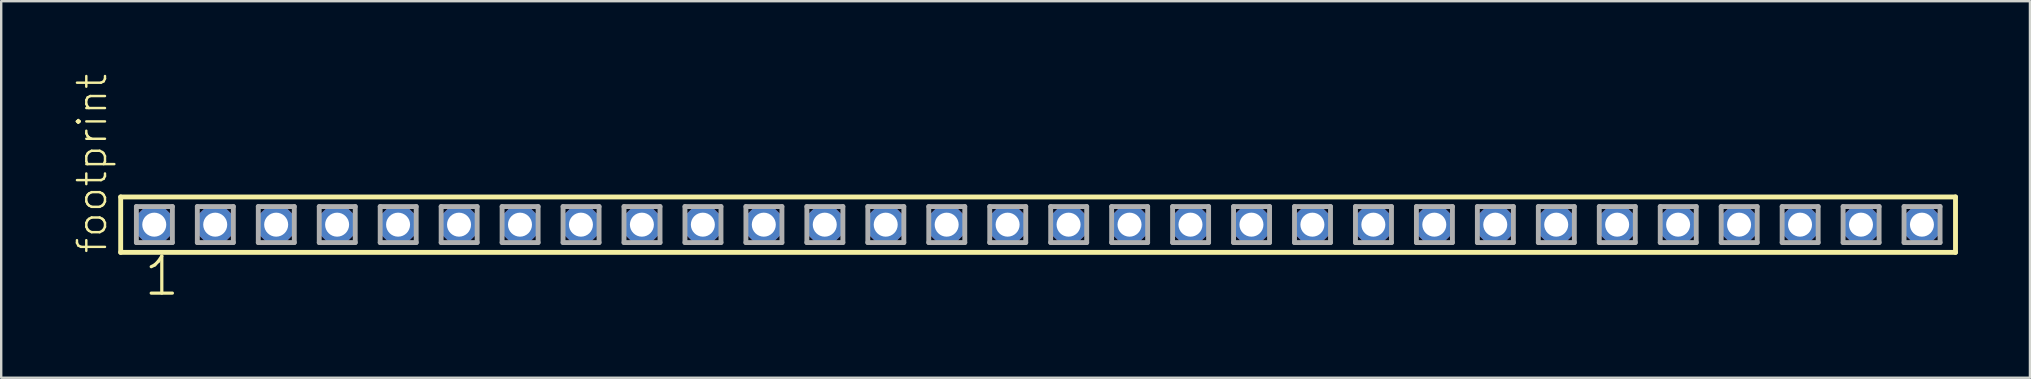
<source format=kicad_pcb>
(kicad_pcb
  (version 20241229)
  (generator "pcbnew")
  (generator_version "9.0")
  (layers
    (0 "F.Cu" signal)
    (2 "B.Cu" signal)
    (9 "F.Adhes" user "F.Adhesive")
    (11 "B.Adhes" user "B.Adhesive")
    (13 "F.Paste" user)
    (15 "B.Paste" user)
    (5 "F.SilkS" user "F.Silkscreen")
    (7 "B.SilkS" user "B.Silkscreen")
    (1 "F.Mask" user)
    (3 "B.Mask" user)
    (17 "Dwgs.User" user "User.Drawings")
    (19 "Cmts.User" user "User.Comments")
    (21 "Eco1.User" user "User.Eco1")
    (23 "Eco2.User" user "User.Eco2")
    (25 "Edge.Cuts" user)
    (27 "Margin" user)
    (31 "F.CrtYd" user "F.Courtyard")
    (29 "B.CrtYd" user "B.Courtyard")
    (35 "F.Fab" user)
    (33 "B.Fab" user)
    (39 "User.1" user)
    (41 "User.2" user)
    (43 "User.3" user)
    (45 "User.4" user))
  (footprint "footprint"
    (layer "F.Cu")
    (at 40.208 6.312)
    (property "Reference" "footprint" (at -38.735 1.27 90) (layer "F.SilkS") (effects (font (size 1.168 1.168) (thickness 0.102)) (justify left bottom)))
    (fp_line (start -38.229 -1.155) (end 38.229 -1.155) (stroke (width 0.203) (type solid)) (layer "F.SilkS"))
    (fp_line (start -38.229 1.155) (end -38.229 -1.155) (stroke (width 0.203) (type solid)) (layer "F.SilkS"))
    (fp_line (start 38.229 -1.155) (end 38.229 1.155) (stroke (width 0.203) (type solid)) (layer "F.SilkS"))
    (fp_line (start 38.229 1.155) (end -38.229 1.155) (stroke (width 0.203) (type solid)) (layer "F.SilkS"))
    (fp_line (start -37.575 -0.755) (end -36.075 -0.755) (stroke (width 0.203) (type solid)) (layer "F.Fab"))
    (fp_line (start -37.575 0.745) (end -37.575 -0.755) (stroke (width 0.203) (type solid)) (layer "F.Fab"))
    (fp_line (start -36.075 -0.755) (end -36.075 0.745) (stroke (width 0.203) (type solid)) (layer "F.Fab"))
    (fp_line (start -36.075 0.745) (end -37.575 0.745) (stroke (width 0.203) (type solid)) (layer "F.Fab"))
    (fp_line (start -35.035 -0.755) (end -33.535 -0.755) (stroke (width 0.203) (type solid)) (layer "F.Fab"))
    (fp_line (start -35.035 0.745) (end -35.035 -0.755) (stroke (width 0.203) (type solid)) (layer "F.Fab"))
    (fp_line (start -33.535 -0.755) (end -33.535 0.745) (stroke (width 0.203) (type solid)) (layer "F.Fab"))
    (fp_line (start -33.535 0.745) (end -35.035 0.745) (stroke (width 0.203) (type solid)) (layer "F.Fab"))
    (fp_line (start -32.495 -0.755) (end -30.995 -0.755) (stroke (width 0.203) (type solid)) (layer "F.Fab"))
    (fp_line (start -32.495 0.745) (end -32.495 -0.755) (stroke (width 0.203) (type solid)) (layer "F.Fab"))
    (fp_line (start -30.995 -0.755) (end -30.995 0.745) (stroke (width 0.203) (type solid)) (layer "F.Fab"))
    (fp_line (start -30.995 0.745) (end -32.495 0.745) (stroke (width 0.203) (type solid)) (layer "F.Fab"))
    (fp_line (start -29.955 -0.755) (end -28.455 -0.755) (stroke (width 0.203) (type solid)) (layer "F.Fab"))
    (fp_line (start -29.955 0.745) (end -29.955 -0.755) (stroke (width 0.203) (type solid)) (layer "F.Fab"))
    (fp_line (start -28.455 -0.755) (end -28.455 0.745) (stroke (width 0.203) (type solid)) (layer "F.Fab"))
    (fp_line (start -28.455 0.745) (end -29.955 0.745) (stroke (width 0.203) (type solid)) (layer "F.Fab"))
    (fp_line (start -27.415 -0.755) (end -25.915 -0.755) (stroke (width 0.203) (type solid)) (layer "F.Fab"))
    (fp_line (start -27.415 0.745) (end -27.415 -0.755) (stroke (width 0.203) (type solid)) (layer "F.Fab"))
    (fp_line (start -25.915 -0.755) (end -25.915 0.745) (stroke (width 0.203) (type solid)) (layer "F.Fab"))
    (fp_line (start -25.915 0.745) (end -27.415 0.745) (stroke (width 0.203) (type solid)) (layer "F.Fab"))
    (fp_line (start -24.875 -0.755) (end -23.375 -0.755) (stroke (width 0.203) (type solid)) (layer "F.Fab"))
    (fp_line (start -24.875 0.745) (end -24.875 -0.755) (stroke (width 0.203) (type solid)) (layer "F.Fab"))
    (fp_line (start -23.375 -0.755) (end -23.375 0.745) (stroke (width 0.203) (type solid)) (layer "F.Fab"))
    (fp_line (start -23.375 0.745) (end -24.875 0.745) (stroke (width 0.203) (type solid)) (layer "F.Fab"))
    (fp_line (start -22.335 -0.755) (end -20.835 -0.755) (stroke (width 0.203) (type solid)) (layer "F.Fab"))
    (fp_line (start -22.335 0.745) (end -22.335 -0.755) (stroke (width 0.203) (type solid)) (layer "F.Fab"))
    (fp_line (start -20.835 -0.755) (end -20.835 0.745) (stroke (width 0.203) (type solid)) (layer "F.Fab"))
    (fp_line (start -20.835 0.745) (end -22.335 0.745) (stroke (width 0.203) (type solid)) (layer "F.Fab"))
    (fp_line (start -19.795 -0.755) (end -18.295 -0.755) (stroke (width 0.203) (type solid)) (layer "F.Fab"))
    (fp_line (start -19.795 0.745) (end -19.795 -0.755) (stroke (width 0.203) (type solid)) (layer "F.Fab"))
    (fp_line (start -18.295 -0.755) (end -18.295 0.745) (stroke (width 0.203) (type solid)) (layer "F.Fab"))
    (fp_line (start -18.295 0.745) (end -19.795 0.745) (stroke (width 0.203) (type solid)) (layer "F.Fab"))
    (fp_line (start -17.255 -0.755) (end -15.755 -0.755) (stroke (width 0.203) (type solid)) (layer "F.Fab"))
    (fp_line (start -17.255 0.745) (end -17.255 -0.755) (stroke (width 0.203) (type solid)) (layer "F.Fab"))
    (fp_line (start -15.755 -0.755) (end -15.755 0.745) (stroke (width 0.203) (type solid)) (layer "F.Fab"))
    (fp_line (start -15.755 0.745) (end -17.255 0.745) (stroke (width 0.203) (type solid)) (layer "F.Fab"))
    (fp_line (start -14.715 -0.755) (end -13.215 -0.755) (stroke (width 0.203) (type solid)) (layer "F.Fab"))
    (fp_line (start -14.715 0.745) (end -14.715 -0.755) (stroke (width 0.203) (type solid)) (layer "F.Fab"))
    (fp_line (start -13.215 -0.755) (end -13.215 0.745) (stroke (width 0.203) (type solid)) (layer "F.Fab"))
    (fp_line (start -13.215 0.745) (end -14.715 0.745) (stroke (width 0.203) (type solid)) (layer "F.Fab"))
    (fp_line (start -12.175 -0.755) (end -10.675 -0.755) (stroke (width 0.203) (type solid)) (layer "F.Fab"))
    (fp_line (start -12.175 0.745) (end -12.175 -0.755) (stroke (width 0.203) (type solid)) (layer "F.Fab"))
    (fp_line (start -10.675 -0.755) (end -10.675 0.745) (stroke (width 0.203) (type solid)) (layer "F.Fab"))
    (fp_line (start -10.675 0.745) (end -12.175 0.745) (stroke (width 0.203) (type solid)) (layer "F.Fab"))
    (fp_line (start -9.635 -0.755) (end -8.135 -0.755) (stroke (width 0.203) (type solid)) (layer "F.Fab"))
    (fp_line (start -9.635 0.745) (end -9.635 -0.755) (stroke (width 0.203) (type solid)) (layer "F.Fab"))
    (fp_line (start -8.135 -0.755) (end -8.135 0.745) (stroke (width 0.203) (type solid)) (layer "F.Fab"))
    (fp_line (start -8.135 0.745) (end -9.635 0.745) (stroke (width 0.203) (type solid)) (layer "F.Fab"))
    (fp_line (start -7.095 -0.755) (end -5.595 -0.755) (stroke (width 0.203) (type solid)) (layer "F.Fab"))
    (fp_line (start -7.095 0.745) (end -7.095 -0.755) (stroke (width 0.203) (type solid)) (layer "F.Fab"))
    (fp_line (start -5.595 -0.755) (end -5.595 0.745) (stroke (width 0.203) (type solid)) (layer "F.Fab"))
    (fp_line (start -5.595 0.745) (end -7.095 0.745) (stroke (width 0.203) (type solid)) (layer "F.Fab"))
    (fp_line (start -4.555 -0.755) (end -3.055 -0.755) (stroke (width 0.203) (type solid)) (layer "F.Fab"))
    (fp_line (start -4.555 0.745) (end -4.555 -0.755) (stroke (width 0.203) (type solid)) (layer "F.Fab"))
    (fp_line (start -3.055 -0.755) (end -3.055 0.745) (stroke (width 0.203) (type solid)) (layer "F.Fab"))
    (fp_line (start -3.055 0.745) (end -4.555 0.745) (stroke (width 0.203) (type solid)) (layer "F.Fab"))
    (fp_line (start -2.015 -0.755) (end -0.515 -0.755) (stroke (width 0.203) (type solid)) (layer "F.Fab"))
    (fp_line (start -2.015 0.745) (end -2.015 -0.755) (stroke (width 0.203) (type solid)) (layer "F.Fab"))
    (fp_line (start -0.515 -0.755) (end -0.515 0.745) (stroke (width 0.203) (type solid)) (layer "F.Fab"))
    (fp_line (start -0.515 0.745) (end -2.015 0.745) (stroke (width 0.203) (type solid)) (layer "F.Fab"))
    (fp_line (start 0.525 -0.755) (end 2.025 -0.755) (stroke (width 0.203) (type solid)) (layer "F.Fab"))
    (fp_line (start 0.525 0.745) (end 0.525 -0.755) (stroke (width 0.203) (type solid)) (layer "F.Fab"))
    (fp_line (start 2.025 -0.755) (end 2.025 0.745) (stroke (width 0.203) (type solid)) (layer "F.Fab"))
    (fp_line (start 2.025 0.745) (end 0.525 0.745) (stroke (width 0.203) (type solid)) (layer "F.Fab"))
    (fp_line (start 3.065 -0.755) (end 4.565 -0.755) (stroke (width 0.203) (type solid)) (layer "F.Fab"))
    (fp_line (start 3.065 0.745) (end 3.065 -0.755) (stroke (width 0.203) (type solid)) (layer "F.Fab"))
    (fp_line (start 4.565 -0.755) (end 4.565 0.745) (stroke (width 0.203) (type solid)) (layer "F.Fab"))
    (fp_line (start 4.565 0.745) (end 3.065 0.745) (stroke (width 0.203) (type solid)) (layer "F.Fab"))
    (fp_line (start 5.605 -0.755) (end 7.105 -0.755) (stroke (width 0.203) (type solid)) (layer "F.Fab"))
    (fp_line (start 5.605 0.745) (end 5.605 -0.755) (stroke (width 0.203) (type solid)) (layer "F.Fab"))
    (fp_line (start 7.105 -0.755) (end 7.105 0.745) (stroke (width 0.203) (type solid)) (layer "F.Fab"))
    (fp_line (start 7.105 0.745) (end 5.605 0.745) (stroke (width 0.203) (type solid)) (layer "F.Fab"))
    (fp_line (start 8.145 -0.755) (end 9.645 -0.755) (stroke (width 0.203) (type solid)) (layer "F.Fab"))
    (fp_line (start 8.145 0.745) (end 8.145 -0.755) (stroke (width 0.203) (type solid)) (layer "F.Fab"))
    (fp_line (start 9.645 -0.755) (end 9.645 0.745) (stroke (width 0.203) (type solid)) (layer "F.Fab"))
    (fp_line (start 9.645 0.745) (end 8.145 0.745) (stroke (width 0.203) (type solid)) (layer "F.Fab"))
    (fp_line (start 10.685 -0.755) (end 12.185 -0.755) (stroke (width 0.203) (type solid)) (layer "F.Fab"))
    (fp_line (start 10.685 0.745) (end 10.685 -0.755) (stroke (width 0.203) (type solid)) (layer "F.Fab"))
    (fp_line (start 12.185 -0.755) (end 12.185 0.745) (stroke (width 0.203) (type solid)) (layer "F.Fab"))
    (fp_line (start 12.185 0.745) (end 10.685 0.745) (stroke (width 0.203) (type solid)) (layer "F.Fab"))
    (fp_line (start 13.225 -0.755) (end 14.725 -0.755) (stroke (width 0.203) (type solid)) (layer "F.Fab"))
    (fp_line (start 13.225 0.745) (end 13.225 -0.755) (stroke (width 0.203) (type solid)) (layer "F.Fab"))
    (fp_line (start 14.725 -0.755) (end 14.725 0.745) (stroke (width 0.203) (type solid)) (layer "F.Fab"))
    (fp_line (start 14.725 0.745) (end 13.225 0.745) (stroke (width 0.203) (type solid)) (layer "F.Fab"))
    (fp_line (start 15.765 -0.755) (end 17.265 -0.755) (stroke (width 0.203) (type solid)) (layer "F.Fab"))
    (fp_line (start 15.765 0.745) (end 15.765 -0.755) (stroke (width 0.203) (type solid)) (layer "F.Fab"))
    (fp_line (start 17.265 -0.755) (end 17.265 0.745) (stroke (width 0.203) (type solid)) (layer "F.Fab"))
    (fp_line (start 17.265 0.745) (end 15.765 0.745) (stroke (width 0.203) (type solid)) (layer "F.Fab"))
    (fp_line (start 18.305 -0.755) (end 19.805 -0.755) (stroke (width 0.203) (type solid)) (layer "F.Fab"))
    (fp_line (start 18.305 0.745) (end 18.305 -0.755) (stroke (width 0.203) (type solid)) (layer "F.Fab"))
    (fp_line (start 19.805 -0.755) (end 19.805 0.745) (stroke (width 0.203) (type solid)) (layer "F.Fab"))
    (fp_line (start 19.805 0.745) (end 18.305 0.745) (stroke (width 0.203) (type solid)) (layer "F.Fab"))
    (fp_line (start 20.845 -0.755) (end 22.345 -0.755) (stroke (width 0.203) (type solid)) (layer "F.Fab"))
    (fp_line (start 20.845 0.745) (end 20.845 -0.755) (stroke (width 0.203) (type solid)) (layer "F.Fab"))
    (fp_line (start 22.345 -0.755) (end 22.345 0.745) (stroke (width 0.203) (type solid)) (layer "F.Fab"))
    (fp_line (start 22.345 0.745) (end 20.845 0.745) (stroke (width 0.203) (type solid)) (layer "F.Fab"))
    (fp_line (start 23.385 -0.755) (end 24.885 -0.755) (stroke (width 0.203) (type solid)) (layer "F.Fab"))
    (fp_line (start 23.385 0.745) (end 23.385 -0.755) (stroke (width 0.203) (type solid)) (layer "F.Fab"))
    (fp_line (start 24.885 -0.755) (end 24.885 0.745) (stroke (width 0.203) (type solid)) (layer "F.Fab"))
    (fp_line (start 24.885 0.745) (end 23.385 0.745) (stroke (width 0.203) (type solid)) (layer "F.Fab"))
    (fp_line (start 25.925 -0.755) (end 27.425 -0.755) (stroke (width 0.203) (type solid)) (layer "F.Fab"))
    (fp_line (start 25.925 0.745) (end 25.925 -0.755) (stroke (width 0.203) (type solid)) (layer "F.Fab"))
    (fp_line (start 27.425 -0.755) (end 27.425 0.745) (stroke (width 0.203) (type solid)) (layer "F.Fab"))
    (fp_line (start 27.425 0.745) (end 25.925 0.745) (stroke (width 0.203) (type solid)) (layer "F.Fab"))
    (fp_line (start 28.465 -0.755) (end 29.965 -0.755) (stroke (width 0.203) (type solid)) (layer "F.Fab"))
    (fp_line (start 28.465 0.745) (end 28.465 -0.755) (stroke (width 0.203) (type solid)) (layer "F.Fab"))
    (fp_line (start 29.965 -0.755) (end 29.965 0.745) (stroke (width 0.203) (type solid)) (layer "F.Fab"))
    (fp_line (start 29.965 0.745) (end 28.465 0.745) (stroke (width 0.203) (type solid)) (layer "F.Fab"))
    (fp_line (start 31.005 -0.755) (end 32.505 -0.755) (stroke (width 0.203) (type solid)) (layer "F.Fab"))
    (fp_line (start 31.005 0.745) (end 31.005 -0.755) (stroke (width 0.203) (type solid)) (layer "F.Fab"))
    (fp_line (start 32.505 -0.755) (end 32.505 0.745) (stroke (width 0.203) (type solid)) (layer "F.Fab"))
    (fp_line (start 32.505 0.745) (end 31.005 0.745) (stroke (width 0.203) (type solid)) (layer "F.Fab"))
    (fp_line (start 33.545 -0.755) (end 35.045 -0.755) (stroke (width 0.203) (type solid)) (layer "F.Fab"))
    (fp_line (start 33.545 0.745) (end 33.545 -0.755) (stroke (width 0.203) (type solid)) (layer "F.Fab"))
    (fp_line (start 35.045 -0.755) (end 35.045 0.745) (stroke (width 0.203) (type solid)) (layer "F.Fab"))
    (fp_line (start 35.045 0.745) (end 33.545 0.745) (stroke (width 0.203) (type solid)) (layer "F.Fab"))
    (fp_line (start 36.085 -0.755) (end 37.585 -0.755) (stroke (width 0.203) (type solid)) (layer "F.Fab"))
    (fp_line (start 36.085 0.745) (end 36.085 -0.755) (stroke (width 0.203) (type solid)) (layer "F.Fab"))
    (fp_line (start 37.585 -0.755) (end 37.585 0.745) (stroke (width 0.203) (type solid)) (layer "F.Fab"))
    (fp_line (start 37.585 0.745) (end 36.085 0.745) (stroke (width 0.203) (type solid)) (layer "F.Fab"))
    (fp_text user "1" (at -37.338 3.048 0) (layer "F.SilkS") (effects (font (size 1.542 1.542) (thickness 0.134)) (justify left bottom)))
    (pad "1" thru_hole roundrect (at -36.83 0) (size 1.5 1.5) (drill 1) (layers "*.Cu" "*.Mask") (roundrect_rratio 0.25) (chamfer_ratio 0.25) (chamfer top_left top_right bottom_left bottom_right))
    (pad "2" thru_hole roundrect (at -34.29 0) (size 1.5 1.5) (drill 1) (layers "*.Cu" "*.Mask") (roundrect_rratio 0.25) (chamfer_ratio 0.25) (chamfer top_left top_right bottom_left bottom_right))
    (pad "3" thru_hole roundrect (at -31.75 0) (size 1.5 1.5) (drill 1) (layers "*.Cu" "*.Mask") (roundrect_rratio 0.25) (chamfer_ratio 0.25) (chamfer top_left top_right bottom_left bottom_right))
    (pad "4" thru_hole roundrect (at -29.21 0) (size 1.5 1.5) (drill 1) (layers "*.Cu" "*.Mask") (roundrect_rratio 0.25) (chamfer_ratio 0.25) (chamfer top_left top_right bottom_left bottom_right))
    (pad "5" thru_hole roundrect (at -26.67 0) (size 1.5 1.5) (drill 1) (layers "*.Cu" "*.Mask") (roundrect_rratio 0.25) (chamfer_ratio 0.25) (chamfer top_left top_right bottom_left bottom_right))
    (pad "6" thru_hole roundrect (at -24.13 0) (size 1.5 1.5) (drill 1) (layers "*.Cu" "*.Mask") (roundrect_rratio 0.25) (chamfer_ratio 0.25) (chamfer top_left top_right bottom_left bottom_right))
    (pad "7" thru_hole roundrect (at -21.59 0) (size 1.5 1.5) (drill 1) (layers "*.Cu" "*.Mask") (roundrect_rratio 0.25) (chamfer_ratio 0.25) (chamfer top_left top_right bottom_left bottom_right))
    (pad "8" thru_hole roundrect (at -19.05 0) (size 1.5 1.5) (drill 1) (layers "*.Cu" "*.Mask") (roundrect_rratio 0.25) (chamfer_ratio 0.25) (chamfer top_left top_right bottom_left bottom_right))
    (pad "9" thru_hole roundrect (at -16.51 0) (size 1.5 1.5) (drill 1) (layers "*.Cu" "*.Mask") (roundrect_rratio 0.25) (chamfer_ratio 0.25) (chamfer top_left top_right bottom_left bottom_right))
    (pad "10" thru_hole roundrect (at -13.97 0) (size 1.5 1.5) (drill 1) (layers "*.Cu" "*.Mask") (roundrect_rratio 0.25) (chamfer_ratio 0.25) (chamfer top_left top_right bottom_left bottom_right))
    (pad "11" thru_hole roundrect (at -11.43 0) (size 1.5 1.5) (drill 1) (layers "*.Cu" "*.Mask") (roundrect_rratio 0.25) (chamfer_ratio 0.25) (chamfer top_left top_right bottom_left bottom_right))
    (pad "12" thru_hole roundrect (at -8.89 0) (size 1.5 1.5) (drill 1) (layers "*.Cu" "*.Mask") (roundrect_rratio 0.25) (chamfer_ratio 0.25) (chamfer top_left top_right bottom_left bottom_right))
    (pad "13" thru_hole roundrect (at -6.35 0) (size 1.5 1.5) (drill 1) (layers "*.Cu" "*.Mask") (roundrect_rratio 0.25) (chamfer_ratio 0.25) (chamfer top_left top_right bottom_left bottom_right))
    (pad "14" thru_hole roundrect (at -3.81 0) (size 1.5 1.5) (drill 1) (layers "*.Cu" "*.Mask") (roundrect_rratio 0.25) (chamfer_ratio 0.25) (chamfer top_left top_right bottom_left bottom_right))
    (pad "15" thru_hole roundrect (at -1.27 0) (size 1.5 1.5) (drill 1) (layers "*.Cu" "*.Mask") (roundrect_rratio 0.25) (chamfer_ratio 0.25) (chamfer top_left top_right bottom_left bottom_right))
    (pad "16" thru_hole roundrect (at 1.27 0) (size 1.5 1.5) (drill 1) (layers "*.Cu" "*.Mask") (roundrect_rratio 0.25) (chamfer_ratio 0.25) (chamfer top_left top_right bottom_left bottom_right))
    (pad "17" thru_hole roundrect (at 3.81 0) (size 1.5 1.5) (drill 1) (layers "*.Cu" "*.Mask") (roundrect_rratio 0.25) (chamfer_ratio 0.25) (chamfer top_left top_right bottom_left bottom_right))
    (pad "18" thru_hole roundrect (at 6.35 0) (size 1.5 1.5) (drill 1) (layers "*.Cu" "*.Mask") (roundrect_rratio 0.25) (chamfer_ratio 0.25) (chamfer top_left top_right bottom_left bottom_right))
    (pad "19" thru_hole roundrect (at 8.89 0) (size 1.5 1.5) (drill 1) (layers "*.Cu" "*.Mask") (roundrect_rratio 0.25) (chamfer_ratio 0.25) (chamfer top_left top_right bottom_left bottom_right))
    (pad "20" thru_hole roundrect (at 11.43 0) (size 1.5 1.5) (drill 1) (layers "*.Cu" "*.Mask") (roundrect_rratio 0.25) (chamfer_ratio 0.25) (chamfer top_left top_right bottom_left bottom_right))
    (pad "21" thru_hole roundrect (at 13.97 0) (size 1.5 1.5) (drill 1) (layers "*.Cu" "*.Mask") (roundrect_rratio 0.25) (chamfer_ratio 0.25) (chamfer top_left top_right bottom_left bottom_right))
    (pad "22" thru_hole roundrect (at 16.51 0) (size 1.5 1.5) (drill 1) (layers "*.Cu" "*.Mask") (roundrect_rratio 0.25) (chamfer_ratio 0.25) (chamfer top_left top_right bottom_left bottom_right))
    (pad "23" thru_hole roundrect (at 19.05 0) (size 1.5 1.5) (drill 1) (layers "*.Cu" "*.Mask") (roundrect_rratio 0.25) (chamfer_ratio 0.25) (chamfer top_left top_right bottom_left bottom_right))
    (pad "24" thru_hole roundrect (at 21.59 0) (size 1.5 1.5) (drill 1) (layers "*.Cu" "*.Mask") (roundrect_rratio 0.25) (chamfer_ratio 0.25) (chamfer top_left top_right bottom_left bottom_right))
    (pad "25" thru_hole roundrect (at 24.13 0) (size 1.5 1.5) (drill 1) (layers "*.Cu" "*.Mask") (roundrect_rratio 0.25) (chamfer_ratio 0.25) (chamfer top_left top_right bottom_left bottom_right))
    (pad "26" thru_hole roundrect (at 26.67 0) (size 1.5 1.5) (drill 1) (layers "*.Cu" "*.Mask") (roundrect_rratio 0.25) (chamfer_ratio 0.25) (chamfer top_left top_right bottom_left bottom_right))
    (pad "27" thru_hole roundrect (at 29.21 0) (size 1.5 1.5) (drill 1) (layers "*.Cu" "*.Mask") (roundrect_rratio 0.25) (chamfer_ratio 0.25) (chamfer top_left top_right bottom_left bottom_right))
    (pad "28" thru_hole roundrect (at 31.75 0) (size 1.5 1.5) (drill 1) (layers "*.Cu" "*.Mask") (roundrect_rratio 0.25) (chamfer_ratio 0.25) (chamfer top_left top_right bottom_left bottom_right))
    (pad "29" thru_hole roundrect (at 34.29 0) (size 1.5 1.5) (drill 1) (layers "*.Cu" "*.Mask") (roundrect_rratio 0.25) (chamfer_ratio 0.25) (chamfer top_left top_right bottom_left bottom_right))
    (pad "30" thru_hole roundrect (at 36.83 0) (size 1.5 1.5) (drill 1) (layers "*.Cu" "*.Mask") (roundrect_rratio 0.25) (chamfer_ratio 0.25) (chamfer top_left top_right bottom_left bottom_right)))
  (gr_rect
    (start -3 -3)
    (end 81.539 12.691)
    (stroke (width 0.1) (type default))
    (fill no)
    (layer "Edge.Cuts")))
</source>
